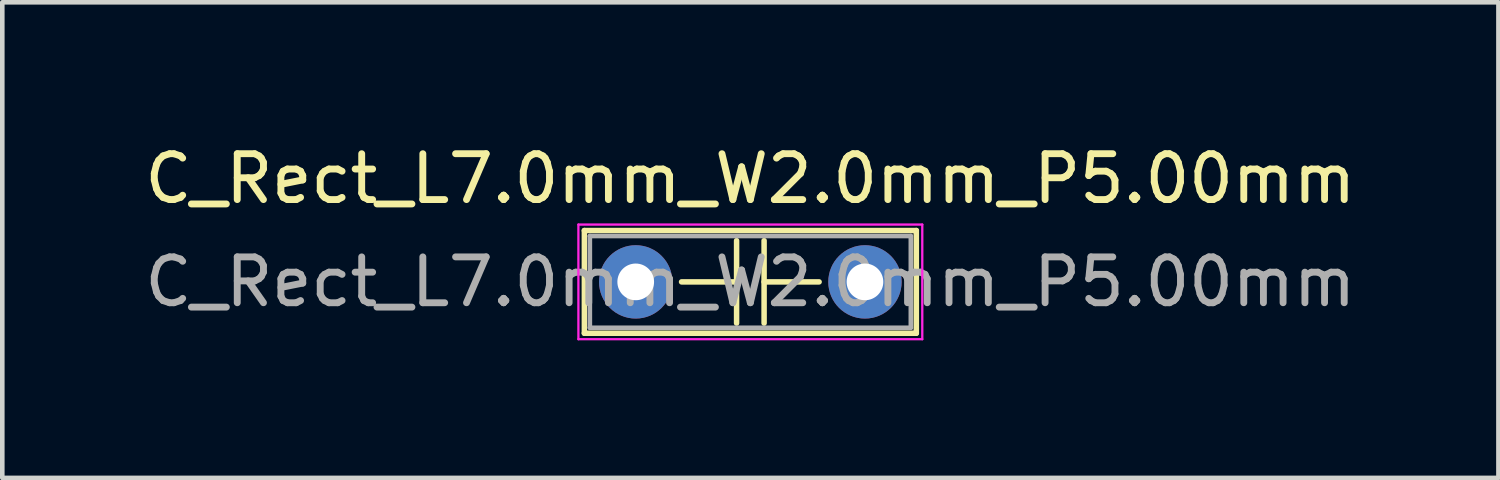
<source format=kicad_pcb>
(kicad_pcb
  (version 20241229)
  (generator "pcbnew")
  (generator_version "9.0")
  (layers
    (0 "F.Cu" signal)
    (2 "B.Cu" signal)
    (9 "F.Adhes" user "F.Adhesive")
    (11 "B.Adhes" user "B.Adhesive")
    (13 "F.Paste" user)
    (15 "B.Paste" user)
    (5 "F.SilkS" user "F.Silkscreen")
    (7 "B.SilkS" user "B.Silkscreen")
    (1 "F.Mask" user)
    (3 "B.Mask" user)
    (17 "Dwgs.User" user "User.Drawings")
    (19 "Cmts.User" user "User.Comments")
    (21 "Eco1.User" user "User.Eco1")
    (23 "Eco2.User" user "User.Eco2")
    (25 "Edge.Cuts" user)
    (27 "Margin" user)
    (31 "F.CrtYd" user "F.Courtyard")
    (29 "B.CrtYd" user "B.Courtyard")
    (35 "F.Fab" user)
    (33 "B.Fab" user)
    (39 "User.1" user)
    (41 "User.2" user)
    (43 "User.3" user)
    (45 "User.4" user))
  (footprint "C_Rect_L7.0mm_W2.0mm_P5.00mm"
    (layer "F.Cu")
    (at 10.815 3.098)
    (property "Reference" "C_Rect_L7.0mm_W2.0mm_P5.00mm" (at 2.5 -2.25 0) (layer "F.SilkS") (effects (font (size 1 1) (thickness 0.15))))
    (attr through_hole)
    (fp_line (start -1.12 -1.12) (end -1.12 1.12) (stroke (width 0.12) (type solid)) (layer "F.SilkS"))
    (fp_line (start -1.12 -1.12) (end 6.12 -1.12) (stroke (width 0.12) (type solid)) (layer "F.SilkS"))
    (fp_line (start -1.12 1.12) (end 6.12 1.12) (stroke (width 0.12) (type solid)) (layer "F.SilkS"))
    (fp_line (start 1 0) (end 2.2 0) (stroke (width 0.12) (type solid)) (layer "F.SilkS"))
    (fp_line (start 2.2 -0.9) (end 2.2 0.9) (stroke (width 0.12) (type solid)) (layer "F.SilkS"))
    (fp_line (start 2.8 -0.9) (end 2.8 0.9) (stroke (width 0.12) (type solid)) (layer "F.SilkS"))
    (fp_line (start 4 0) (end 2.8 0) (stroke (width 0.12) (type solid)) (layer "F.SilkS"))
    (fp_line (start 6.12 -1.12) (end 6.12 1.12) (stroke (width 0.12) (type solid)) (layer "F.SilkS"))
    (fp_line (start -1.25 -1.25) (end -1.25 1.25) (stroke (width 0.05) (type solid)) (layer "F.CrtYd"))
    (fp_line (start -1.25 1.25) (end 6.25 1.25) (stroke (width 0.05) (type solid)) (layer "F.CrtYd"))
    (fp_line (start 6.25 -1.25) (end -1.25 -1.25) (stroke (width 0.05) (type solid)) (layer "F.CrtYd"))
    (fp_line (start 6.25 1.25) (end 6.25 -1.25) (stroke (width 0.05) (type solid)) (layer "F.CrtYd"))
    (fp_line (start -1 -1) (end -1 1) (stroke (width 0.1) (type solid)) (layer "F.Fab"))
    (fp_line (start -1 1) (end 6 1) (stroke (width 0.1) (type solid)) (layer "F.Fab"))
    (fp_line (start 6 -1) (end -1 -1) (stroke (width 0.1) (type solid)) (layer "F.Fab"))
    (fp_line (start 6 1) (end 6 -1) (stroke (width 0.1) (type solid)) (layer "F.Fab"))
    (fp_text user "${REFERENCE}" (at 2.5 0 0) (layer "F.Fab") (effects (font (size 1 1) (thickness 0.15))))
    (pad "1" thru_hole circle (at 0 0) (size 1.6 1.6) (drill 0.8) (layers "*.Cu" "*.Mask"))
    (pad "2" thru_hole circle (at 5 0) (size 1.6 1.6) (drill 0.8) (layers "*.Cu" "*.Mask")))
  (gr_rect
    (start -3 -3)
    (end 29.631 7.373)
    (stroke (width 0.1) (type default))
    (fill no)
    (layer "Edge.Cuts")))
</source>
